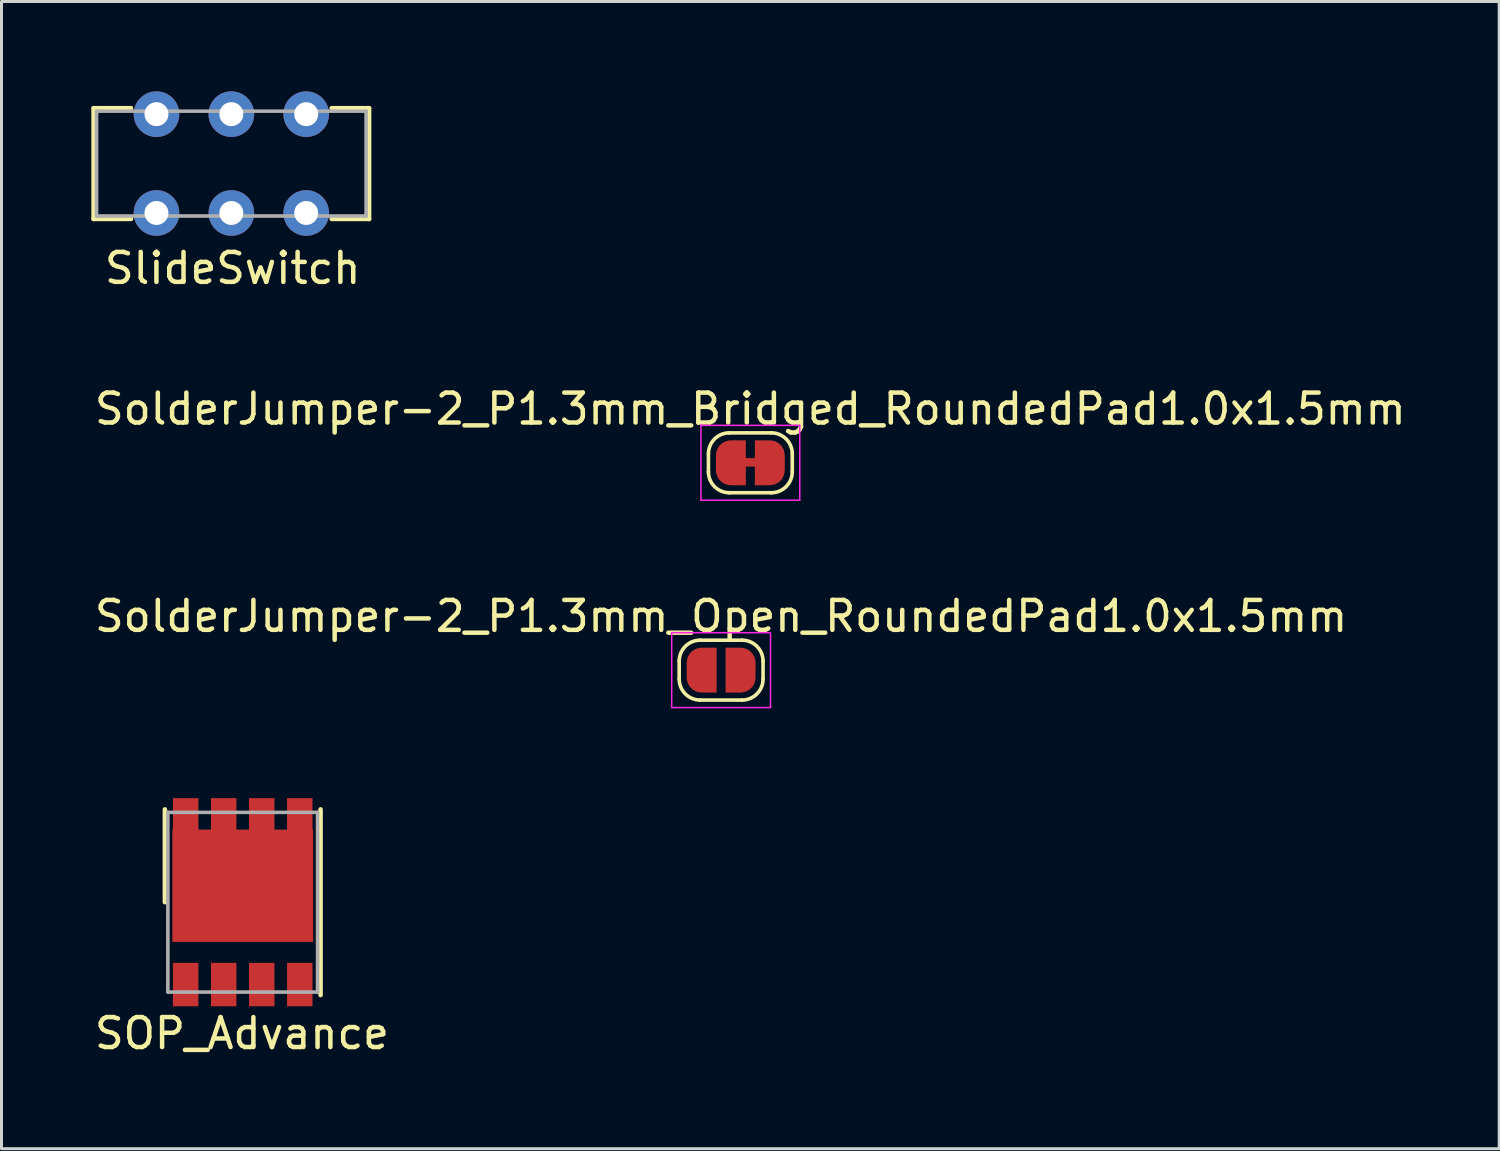
<source format=kicad_pcb>
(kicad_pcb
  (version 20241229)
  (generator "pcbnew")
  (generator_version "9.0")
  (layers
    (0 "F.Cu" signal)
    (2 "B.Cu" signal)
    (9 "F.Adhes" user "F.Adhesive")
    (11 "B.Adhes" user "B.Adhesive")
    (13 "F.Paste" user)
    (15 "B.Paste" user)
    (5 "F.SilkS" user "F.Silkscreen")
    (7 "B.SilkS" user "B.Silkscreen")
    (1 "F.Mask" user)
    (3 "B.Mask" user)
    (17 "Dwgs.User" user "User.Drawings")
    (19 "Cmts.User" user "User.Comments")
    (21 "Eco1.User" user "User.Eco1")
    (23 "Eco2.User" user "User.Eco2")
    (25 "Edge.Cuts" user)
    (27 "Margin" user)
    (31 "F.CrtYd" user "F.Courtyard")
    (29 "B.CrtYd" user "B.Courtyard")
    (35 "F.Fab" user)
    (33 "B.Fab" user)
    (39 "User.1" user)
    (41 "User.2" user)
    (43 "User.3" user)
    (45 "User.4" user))
  (footprint "SolderJumper-2_P1.3mm_Bridged_RoundedPad1.0x1.5mm"
    (layer "F.Cu")
    (at 22.006 12.404)
    (property "Reference" "SolderJumper-2_P1.3mm_Bridged_RoundedPad1.0x1.5mm" (at 0 -1.8 0) (layer "F.SilkS") (effects (font (size 1 1) (thickness 0.15))))
    (attr exclude_from_pos_files exclude_from_bom)
    (fp_poly (pts (xy 0.25 -0.157) (xy -0.25 -0.157) (xy -0.25 0.127) (xy 0.25 0.127)) (stroke (width 0) (type solid)) (fill yes) (layer "F.Cu"))
    (fp_poly (pts (xy 0.25 -0.157) (xy -0.25 -0.157) (xy -0.25 0.127) (xy 0.25 0.127)) (stroke (width 0) (type solid)) (fill yes) (layer "F.Mask"))
    (fp_line (start -1.4 0.3) (end -1.4 -0.3) (stroke (width 0.12) (type solid)) (layer "F.SilkS"))
    (fp_line (start -0.7 -1) (end 0.7 -1) (stroke (width 0.12) (type solid)) (layer "F.SilkS"))
    (fp_line (start 0.7 1) (end -0.7 1) (stroke (width 0.12) (type solid)) (layer "F.SilkS"))
    (fp_line (start 1.4 -0.3) (end 1.4 0.3) (stroke (width 0.12) (type solid)) (layer "F.SilkS"))
    (fp_arc (start -1.4 -0.3) (mid -1.194975 -0.794975) (end -0.7 -1) (stroke (width 0.12) (type solid)) (layer "F.SilkS"))
    (fp_arc (start -0.7 1) (mid -1.194975 0.794975) (end -1.4 0.3) (stroke (width 0.12) (type solid)) (layer "F.SilkS"))
    (fp_arc (start 0.7 -1) (mid 1.194975 -0.794975) (end 1.4 -0.3) (stroke (width 0.12) (type solid)) (layer "F.SilkS"))
    (fp_arc (start 1.4 0.3) (mid 1.194975 0.794975) (end 0.7 1) (stroke (width 0.12) (type solid)) (layer "F.SilkS"))
    (fp_line (start -1.65 -1.25) (end -1.65 1.25) (stroke (width 0.05) (type solid)) (layer "F.CrtYd"))
    (fp_line (start -1.65 -1.25) (end 1.65 -1.25) (stroke (width 0.05) (type solid)) (layer "F.CrtYd"))
    (fp_line (start 1.65 1.25) (end -1.65 1.25) (stroke (width 0.05) (type solid)) (layer "F.CrtYd"))
    (fp_line (start 1.65 1.25) (end 1.65 -1.25) (stroke (width 0.05) (type solid)) (layer "F.CrtYd"))
    (pad "1" smd custom (at -0.65 0) (size 1 0.5) (layers "F.Cu" "F.Mask") (options (anchor rect)) (primitives (gr_circle (center 0 0.25) (end 0.5 0.25) (width 0) (fill yes)) (gr_circle (center 0 -0.25) (end 0.5 -0.25) (width 0) (fill yes)) (gr_poly (pts (xy 0 -0.75) (xy 0.5 -0.75) (xy 0.5 0.75) (xy 0 0.75)) (width 0) (fill yes))))
    (pad "2" smd custom (at 0.65 0) (size 1 0.5) (layers "F.Cu" "F.Mask") (options (anchor rect)) (primitives (gr_circle (center 0 0.25) (end 0.5 0.25) (width 0) (fill yes)) (gr_circle (center 0 -0.25) (end 0.5 -0.25) (width 0) (fill yes)) (gr_poly (pts (xy 0 -0.75) (xy -0.5 -0.75) (xy -0.5 0.75) (xy 0 0.75)) (width 0) (fill yes)))))
  (footprint "SolderJumper-2_P1.3mm_Open_RoundedPad1.0x1.5mm"
    (layer "F.Cu")
    (at 21.03 19.327)
    (property "Reference" "SolderJumper-2_P1.3mm_Open_RoundedPad1.0x1.5mm" (at 0 -1.8 0) (layer "F.SilkS") (effects (font (size 1 1) (thickness 0.15))))
    (attr exclude_from_pos_files exclude_from_bom)
    (fp_poly (pts (xy 0.245 -0.752) (xy -0.255 -0.752) (xy -0.255 0.747) (xy 0.245 0.747)) (stroke (width 0) (type solid)) (fill yes) (layer "F.Mask"))
    (fp_line (start -1.4 0.3) (end -1.4 -0.3) (stroke (width 0.12) (type solid)) (layer "F.SilkS"))
    (fp_line (start -0.7 -1) (end 0.7 -1) (stroke (width 0.12) (type solid)) (layer "F.SilkS"))
    (fp_line (start 0.7 1) (end -0.7 1) (stroke (width 0.12) (type solid)) (layer "F.SilkS"))
    (fp_line (start 1.4 -0.3) (end 1.4 0.3) (stroke (width 0.12) (type solid)) (layer "F.SilkS"))
    (fp_arc (start -1.4 -0.3) (mid -1.194975 -0.794975) (end -0.7 -1) (stroke (width 0.12) (type solid)) (layer "F.SilkS"))
    (fp_arc (start -0.7 1) (mid -1.194975 0.794975) (end -1.4 0.3) (stroke (width 0.12) (type solid)) (layer "F.SilkS"))
    (fp_arc (start 0.7 -1) (mid 1.194975 -0.794975) (end 1.4 -0.3) (stroke (width 0.12) (type solid)) (layer "F.SilkS"))
    (fp_arc (start 1.4 0.3) (mid 1.194975 0.794975) (end 0.7 1) (stroke (width 0.12) (type solid)) (layer "F.SilkS"))
    (fp_line (start -1.65 -1.25) (end -1.65 1.25) (stroke (width 0.05) (type solid)) (layer "F.CrtYd"))
    (fp_line (start -1.65 -1.25) (end 1.65 -1.25) (stroke (width 0.05) (type solid)) (layer "F.CrtYd"))
    (fp_line (start 1.65 1.25) (end -1.65 1.25) (stroke (width 0.05) (type solid)) (layer "F.CrtYd"))
    (fp_line (start 1.65 1.25) (end 1.65 -1.25) (stroke (width 0.05) (type solid)) (layer "F.CrtYd"))
    (pad "1" smd custom (at -0.65 0) (size 1 0.5) (layers "F.Cu" "F.Mask") (options (anchor rect)) (primitives (gr_circle (center 0 0.25) (end 0.5 0.25) (width 0) (fill yes)) (gr_circle (center 0 -0.25) (end 0.5 -0.25) (width 0) (fill yes)) (gr_poly (pts (xy 0 -0.75) (xy 0.5 -0.75) (xy 0.5 0.75) (xy 0 0.75)) (width 0) (fill yes))))
    (pad "2" smd custom (at 0.65 0) (size 1 0.5) (layers "F.Cu" "F.Mask") (options (anchor rect)) (primitives (gr_circle (center 0 0.25) (end 0.5 0.25) (width 0) (fill yes)) (gr_circle (center 0 -0.25) (end 0.5 -0.25) (width 0) (fill yes)) (gr_poly (pts (xy 0 -0.75) (xy -0.5 -0.75) (xy -0.5 0.75) (xy 0 0.75)) (width 0) (fill yes)))))
  (footprint "SOP_Advance"
    (layer "F.Cu")
    (at 5.055 27.077)
    (property "Reference" "SOP_Advance" (at -0.025 4.381 0) (layer "F.SilkS") (effects (font (size 1 1) (thickness 0.15))))
    (attr through_hole)
    (fp_line (start -2.6 -3.1) (end -2.6 0) (stroke (width 0.15) (type solid)) (layer "F.SilkS"))
    (fp_line (start 2.6 -3.1) (end 2.6 3.1) (stroke (width 0.15) (type solid)) (layer "F.SilkS"))
    (fp_line (start -2.5 -3) (end -2.5 3) (stroke (width 0.12) (type solid)) (layer "F.Fab"))
    (fp_line (start -2.5 3) (end 2.5 3) (stroke (width 0.12) (type solid)) (layer "F.Fab"))
    (fp_line (start 2.5 -3) (end -2.5 -3) (stroke (width 0.12) (type solid)) (layer "F.Fab"))
    (fp_line (start 2.5 3) (end 2.5 -3) (stroke (width 0.12) (type solid)) (layer "F.Fab"))
    (pad "1" smd rect (at -1.905 2.75) (size 0.85 1.45) (layers "F.Cu" "F.Mask" "F.Paste"))
    (pad "1" smd rect (at -0.635 2.75) (size 0.85 1.45) (layers "F.Cu" "F.Mask" "F.Paste"))
    (pad "1" smd rect (at 0.635 2.75) (size 0.85 1.45) (layers "F.Cu" "F.Mask" "F.Paste"))
    (pad "2" smd rect (at 1.905 2.75) (size 0.85 1.45) (layers "F.Cu" "F.Mask" "F.Paste"))
    (pad "3" smd rect (at -1.905 -2.75) (size 0.85 1.45) (layers "F.Cu" "F.Mask" "F.Paste"))
    (pad "3" smd rect (at -0.635 -2.75) (size 0.85 1.45) (layers "F.Cu" "F.Mask" "F.Paste"))
    (pad "3" smd rect (at 0 -0.55) (size 4.7 3.75) (layers "F.Cu" "F.Mask" "F.Paste"))
    (pad "3" smd rect (at 0.635 -2.75) (size 0.85 1.45) (layers "F.Cu" "F.Mask" "F.Paste"))
    (pad "3" smd rect (at 1.905 -2.75) (size 0.85 1.45) (layers "F.Cu" "F.Mask" "F.Paste")))
  (footprint "SlideSwitch"
    (layer "F.Cu")
    (at 4.675 2.412)
    (property "Reference" "SlideSwitch" (at 0.046 3.495 0) (layer "F.SilkS") (effects (font (size 1 1) (thickness 0.15))))
    (attr through_hole)
    (fp_line (start -4.6 -1.85) (end -4.6 1.85) (stroke (width 0.15) (type solid)) (layer "F.SilkS"))
    (fp_line (start -4.6 1.85) (end -3.35 1.85) (stroke (width 0.15) (type solid)) (layer "F.SilkS"))
    (fp_line (start -3.35 -1.85) (end -4.6 -1.85) (stroke (width 0.15) (type solid)) (layer "F.SilkS"))
    (fp_line (start 3.35 1.85) (end 4.6 1.85) (stroke (width 0.15) (type solid)) (layer "F.SilkS"))
    (fp_line (start 4.6 -1.85) (end 3.35 -1.85) (stroke (width 0.15) (type solid)) (layer "F.SilkS"))
    (fp_line (start 4.6 1.85) (end 4.6 -1.85) (stroke (width 0.15) (type solid)) (layer "F.SilkS"))
    (fp_line (start -4.5 -1.75) (end -4.5 1.75) (stroke (width 0.12) (type solid)) (layer "F.Fab"))
    (fp_line (start -4.5 1.75) (end 4.5 1.75) (stroke (width 0.12) (type solid)) (layer "F.Fab"))
    (fp_line (start 4.5 -1.75) (end -4.5 -1.75) (stroke (width 0.12) (type solid)) (layer "F.Fab"))
    (fp_line (start 4.5 1.75) (end 4.5 -1.75) (stroke (width 0.12) (type solid)) (layer "F.Fab"))
    (pad "1" thru_hole circle (at -2.5 -1.65) (size 1.524 1.524) (drill 0.8) (layers "*.Cu" "*.Mask"))
    (pad "2" thru_hole circle (at 0 -1.65) (size 1.524 1.524) (drill 0.8) (layers "*.Cu" "*.Mask"))
    (pad "3" thru_hole circle (at 2.5 -1.65) (size 1.524 1.524) (drill 0.8) (layers "*.Cu" "*.Mask"))
    (pad "4" thru_hole circle (at -2.5 1.65) (size 1.524 1.524) (drill 0.8) (layers "*.Cu" "*.Mask"))
    (pad "5" thru_hole circle (at 0 1.65) (size 1.524 1.524) (drill 0.8) (layers "*.Cu" "*.Mask"))
    (pad "6" thru_hole circle (at 2.5 1.65) (size 1.524 1.524) (drill 0.8) (layers "*.Cu" "*.Mask")))
  (gr_rect
    (start -3 -3)
    (end 47.012 35.307)
    (stroke (width 0.1) (type default))
    (fill no)
    (layer "Edge.Cuts")))
</source>
